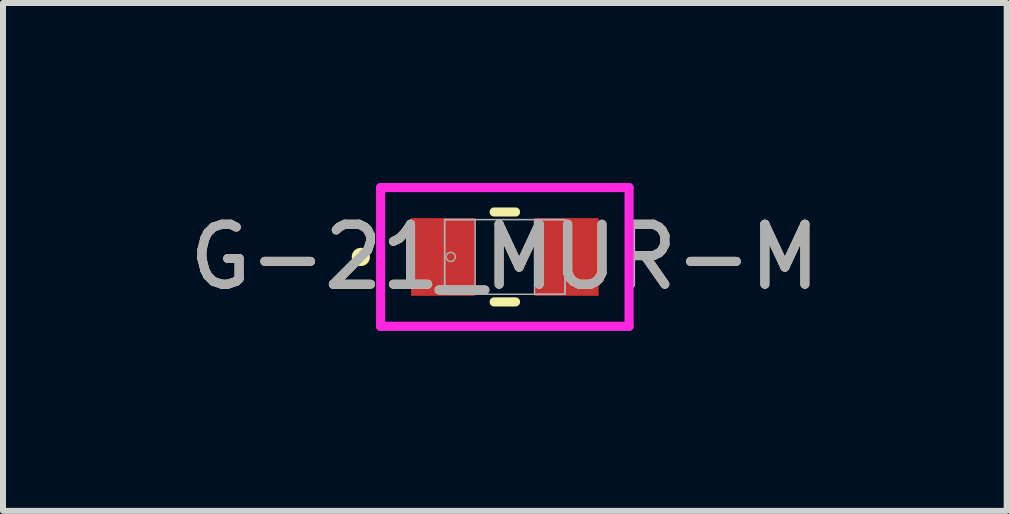
<source format=kicad_pcb>
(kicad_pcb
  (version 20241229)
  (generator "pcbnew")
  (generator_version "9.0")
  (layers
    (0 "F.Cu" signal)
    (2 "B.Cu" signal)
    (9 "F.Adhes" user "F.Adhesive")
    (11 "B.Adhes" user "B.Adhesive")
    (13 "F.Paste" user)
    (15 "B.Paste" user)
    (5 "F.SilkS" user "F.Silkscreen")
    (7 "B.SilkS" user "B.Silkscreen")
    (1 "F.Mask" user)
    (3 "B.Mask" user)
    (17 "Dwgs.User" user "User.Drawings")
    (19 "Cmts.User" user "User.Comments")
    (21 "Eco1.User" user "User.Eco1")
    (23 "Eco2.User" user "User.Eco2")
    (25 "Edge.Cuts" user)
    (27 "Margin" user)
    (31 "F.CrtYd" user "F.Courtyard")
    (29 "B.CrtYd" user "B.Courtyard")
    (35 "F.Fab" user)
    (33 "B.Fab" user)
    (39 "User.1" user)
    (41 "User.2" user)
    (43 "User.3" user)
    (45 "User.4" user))
  (footprint "G-21_MUR-M"
    (layer "F.Cu")
    (at 5.363 1.232)
    (property "Reference" "G-21_MUR-M" (at 0 0 0) (unlocked yes) (layer "F.SilkS") (effects (font (size 1 1) (thickness 0.15))))
    (attr smd)
    (fp_line (start -0.178 0.749) (end 0.178 0.749) (stroke (width 0.152) (type solid)) (layer "F.SilkS"))
    (fp_line (start 0.178 -0.749) (end -0.178 -0.749) (stroke (width 0.152) (type solid)) (layer "F.SilkS"))
    (fp_circle (center -2.4 0) (end -2.324 0) (stroke (width 0.152) (type solid)) (fill no) (layer "F.SilkS"))
    (fp_line (start -2.07 -1.156) (end 2.07 -1.156) (stroke (width 0.152) (type solid)) (layer "F.CrtYd"))
    (fp_line (start -2.07 1.156) (end -2.07 -1.156) (stroke (width 0.152) (type solid)) (layer "F.CrtYd"))
    (fp_line (start 2.07 -1.156) (end 2.07 1.156) (stroke (width 0.152) (type solid)) (layer "F.CrtYd"))
    (fp_line (start 2.07 1.156) (end -2.07 1.156) (stroke (width 0.152) (type solid)) (layer "F.CrtYd"))
    (fp_line (start -1.003 -0.622) (end -1.003 0.622) (stroke (width 0.025) (type solid)) (layer "F.Fab"))
    (fp_line (start -1.003 -0.622) (end -1.003 0.622) (stroke (width 0.025) (type solid)) (layer "F.Fab"))
    (fp_line (start -1.003 0.622) (end -0.495 0.622) (stroke (width 0.025) (type solid)) (layer "F.Fab"))
    (fp_line (start -1.003 0.622) (end 1.003 0.622) (stroke (width 0.025) (type solid)) (layer "F.Fab"))
    (fp_line (start -0.495 -0.622) (end -1.003 -0.622) (stroke (width 0.025) (type solid)) (layer "F.Fab"))
    (fp_line (start -0.495 0.622) (end -0.495 -0.622) (stroke (width 0.025) (type solid)) (layer "F.Fab"))
    (fp_line (start 0.495 -0.622) (end 0.495 0.622) (stroke (width 0.025) (type solid)) (layer "F.Fab"))
    (fp_line (start 0.495 0.622) (end 1.003 0.622) (stroke (width 0.025) (type solid)) (layer "F.Fab"))
    (fp_line (start 1.003 -0.622) (end -1.003 -0.622) (stroke (width 0.025) (type solid)) (layer "F.Fab"))
    (fp_line (start 1.003 -0.622) (end 0.495 -0.622) (stroke (width 0.025) (type solid)) (layer "F.Fab"))
    (fp_line (start 1.003 0.622) (end 1.003 -0.622) (stroke (width 0.025) (type solid)) (layer "F.Fab"))
    (fp_line (start 1.003 0.622) (end 1.003 -0.622) (stroke (width 0.025) (type solid)) (layer "F.Fab"))
    (fp_circle (center -0.902 0) (end -0.826 0) (stroke (width 0.025) (type solid)) (fill no) (layer "F.Fab"))
    (fp_text user "${REFERENCE}" (at 0 0 0) (unlocked yes) (layer "F.Fab") (effects (font (size 1 1) (thickness 0.15))))
    (pad "1" smd rect (at -1.029 0) (size 1.067 1.295) (layers "F.Cu" "F.Mask" "F.Paste"))
    (pad "2" smd rect (at 1.029 0) (size 1.067 1.295) (layers "F.Cu" "F.Mask" "F.Paste"))
    (zone (net_name "") (layer "F.Cu") (hatch full 0.508) (connect_pads) (min_thickness 0.254) (filled_areas_thickness no) (keepout (tracks not_allowed) (vias not_allowed) (pads allowed) (copperpour not_allowed) (footprints allowed)) (placement (enabled no)) (fill) (polygon (pts (xy 4.919 0.66) (xy 5.808 0.66) (xy 5.808 1.803) (xy 4.919 1.803)))))
  (gr_rect
    (start -3 -3)
    (end 13.726 5.464)
    (stroke (width 0.1) (type default))
    (fill no)
    (layer "Edge.Cuts")))
</source>
